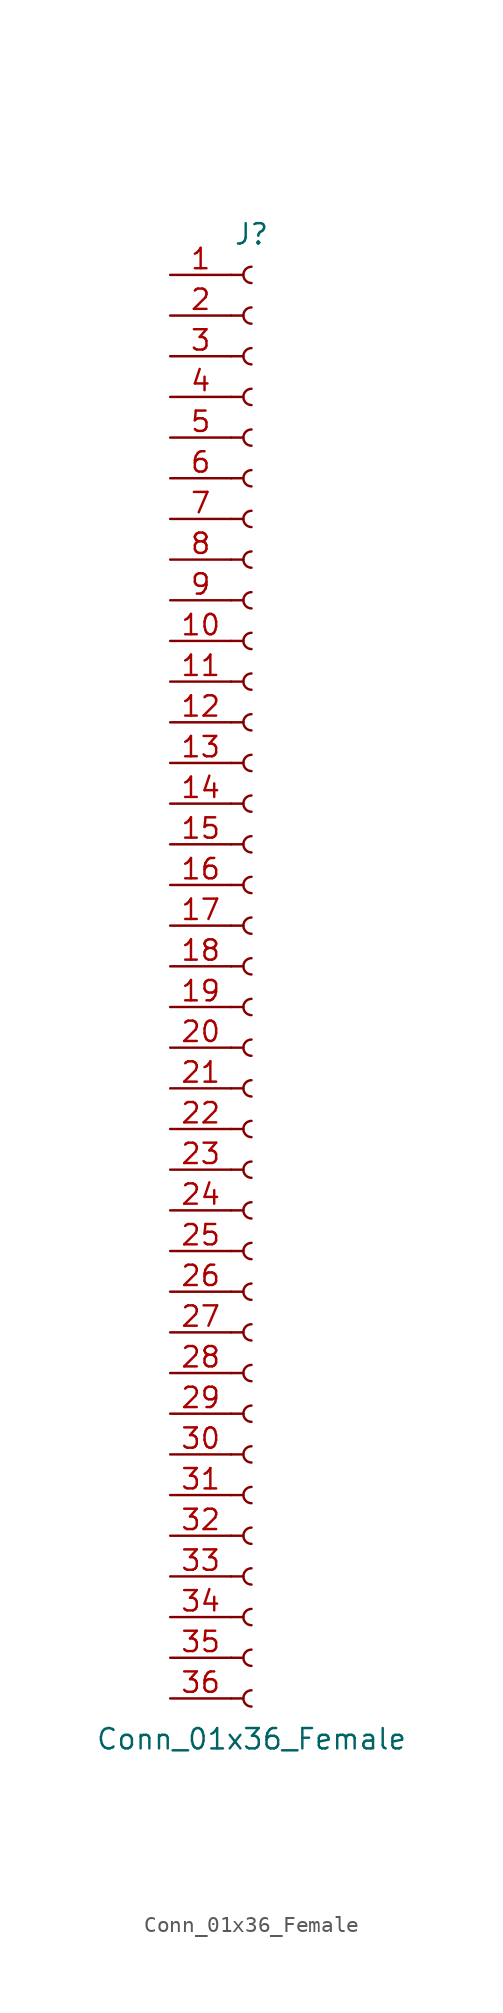
<source format=kicad_sym>
(kicad_symbol_lib
  (version 20201005)
  (generator kicad_symbol_editor)
  (symbol "Connector:Conn_01x36_Female"
    (pin_names
      (offset 1.016) hide)
    (property "Reference" "J"
      (at 0 45.72 0)
      (effects (font (size 1.27 1.27))))
    (property "Value" "Conn_01x36_Female"
      (at 0 -48.26 0)
      (effects (font (size 1.27 1.27))))
    (symbol "Conn_01x36_Female_1_1"
      (arc (start 0 -45.212) (end 0 -46.228) (radius (at 0 -45.72) (length 0.508) (angles 90.1 -90.1)) (stroke (width 0.1524)) (fill (type none)))
      (arc (start 0 -42.672) (end 0 -43.688) (radius (at 0 -43.18) (length 0.508) (angles 90.1 -90.1)) (stroke (width 0.1524)) (fill (type none)))
      (arc (start 0 -40.132) (end 0 -41.148) (radius (at 0 -40.64) (length 0.508) (angles 90.1 -90.1)) (stroke (width 0.1524)) (fill (type none)))
      (arc (start 0 -37.592) (end 0 -38.608) (radius (at 0 -38.1) (length 0.508) (angles 90.1 -90.1)) (stroke (width 0.1524)) (fill (type none)))
      (arc (start 0 -35.052) (end 0 -36.068) (radius (at 0 -35.56) (length 0.508) (angles 90.1 -90.1)) (stroke (width 0.1524)) (fill (type none)))
      (arc (start 0 -32.512) (end 0 -33.528) (radius (at 0 -33.02) (length 0.508) (angles 90.1 -90.1)) (stroke (width 0.1524)) (fill (type none)))
      (arc (start 0 -29.972) (end 0 -30.988) (radius (at 0 -30.48) (length 0.508) (angles 90.1 -90.1)) (stroke (width 0.1524)) (fill (type none)))
      (arc (start 0 -27.432) (end 0 -28.448) (radius (at 0 -27.94) (length 0.508) (angles 90.1 -90.1)) (stroke (width 0.1524)) (fill (type none)))
      (arc (start 0 -24.892) (end 0 -25.908) (radius (at 0 -25.4) (length 0.508) (angles 90.1 -90.1)) (stroke (width 0.1524)) (fill (type none)))
      (arc (start 0 -22.352) (end 0 -23.368) (radius (at 0 -22.86) (length 0.508) (angles 90.1 -90.1)) (stroke (width 0.1524)) (fill (type none)))
      (arc (start 0 -19.812) (end 0 -20.828) (radius (at 0 -20.32) (length 0.508) (angles 90.1 -90.1)) (stroke (width 0.1524)) (fill (type none)))
      (arc (start 0 -17.272) (end 0 -18.288) (radius (at 0 -17.78) (length 0.508) (angles 90.1 -90.1)) (stroke (width 0.1524)) (fill (type none)))
      (arc (start 0 -14.732) (end 0 -15.748) (radius (at 0 -15.24) (length 0.508) (angles 90.1 -90.1)) (stroke (width 0.1524)) (fill (type none)))
      (arc (start 0 -12.192) (end 0 -13.208) (radius (at 0 -12.7) (length 0.508) (angles 90.1 -90.1)) (stroke (width 0.1524)) (fill (type none)))
      (arc (start 0 -9.652) (end 0 -10.668) (radius (at 0 -10.16) (length 0.508) (angles 90.1 -90.1)) (stroke (width 0.1524)) (fill (type none)))
      (arc (start 0 -7.112) (end 0 -8.128) (radius (at 0 -7.62) (length 0.508) (angles 90.1 -90.1)) (stroke (width 0.1524)) (fill (type none)))
      (arc (start 0 -4.572) (end 0 -5.588) (radius (at 0 -5.08) (length 0.508) (angles 90.1 -90.1)) (stroke (width 0.1524)) (fill (type none)))
      (arc (start 0 -2.032) (end 0 -3.048) (radius (at 0 -2.54) (length 0.508) (angles 90.1 -90.1)) (stroke (width 0.1524)) (fill (type none)))
      (arc (start 0 0.508) (end 0 -0.508) (radius (at 0 0) (length 0.508) (angles 90.1 -90.1)) (stroke (width 0.1524)) (fill (type none)))
      (arc (start 0 3.048) (end 0 2.032) (radius (at 0 2.54) (length 0.508) (angles 90.1 -90.1)) (stroke (width 0.1524)) (fill (type none)))
      (arc (start 0 5.588) (end 0 4.572) (radius (at 0 5.08) (length 0.508) (angles 90.1 -90.1)) (stroke (width 0.1524)) (fill (type none)))
      (arc (start 0 8.128) (end 0 7.112) (radius (at 0 7.62) (length 0.508) (angles 90.1 -90.1)) (stroke (width 0.1524)) (fill (type none)))
      (arc (start 0 10.668) (end 0 9.652) (radius (at 0 10.16) (length 0.508) (angles 90.1 -90.1)) (stroke (width 0.1524)) (fill (type none)))
      (arc (start 0 13.208) (end 0 12.192) (radius (at 0 12.7) (length 0.508) (angles 90.1 -90.1)) (stroke (width 0.1524)) (fill (type none)))
      (arc (start 0 15.748) (end 0 14.732) (radius (at 0 15.24) (length 0.508) (angles 90.1 -90.1)) (stroke (width 0.1524)) (fill (type none)))
      (arc (start 0 18.288) (end 0 17.272) (radius (at 0 17.78) (length 0.508) (angles 90.1 -90.1)) (stroke (width 0.1524)) (fill (type none)))
      (arc (start 0 20.828) (end 0 19.812) (radius (at 0 20.32) (length 0.508) (angles 90.1 -90.1)) (stroke (width 0.1524)) (fill (type none)))
      (arc (start 0 23.368) (end 0 22.352) (radius (at 0 22.86) (length 0.508) (angles 90.1 -90.1)) (stroke (width 0.1524)) (fill (type none)))
      (arc (start 0 25.908) (end 0 24.892) (radius (at 0 25.4) (length 0.508) (angles 90.1 -90.1)) (stroke (width 0.1524)) (fill (type none)))
      (arc (start 0 28.448) (end 0 27.432) (radius (at 0 27.94) (length 0.508) (angles 90.1 -90.1)) (stroke (width 0.1524)) (fill (type none)))
      (arc (start 0 30.988) (end 0 29.972) (radius (at 0 30.48) (length 0.508) (angles 90.1 -90.1)) (stroke (width 0.1524)) (fill (type none)))
      (arc (start 0 33.528) (end 0 32.512) (radius (at 0 33.02) (length 0.508) (angles 90.1 -90.1)) (stroke (width 0.1524)) (fill (type none)))
      (arc (start 0 36.068) (end 0 35.052) (radius (at 0 35.56) (length 0.508) (angles 90.1 -90.1)) (stroke (width 0.1524)) (fill (type none)))
      (arc (start 0 38.608) (end 0 37.592) (radius (at 0 38.1) (length 0.508) (angles 90.1 -90.1)) (stroke (width 0.1524)) (fill (type none)))
      (arc (start 0 41.148) (end 0 40.132) (radius (at 0 40.64) (length 0.508) (angles 90.1 -90.1)) (stroke (width 0.1524)) (fill (type none)))
      (arc (start 0 43.688) (end 0 42.672) (radius (at 0 43.18) (length 0.508) (angles 90.1 -90.1)) (stroke (width 0.1524)) (fill (type none)))
      (polyline (pts (xy -1.27 -45.72) (xy -0.508 -45.72)) (stroke (width 0.152)) (fill (type none)))
      (polyline (pts (xy -1.27 -43.18) (xy -0.508 -43.18)) (stroke (width 0.152)) (fill (type none)))
      (polyline (pts (xy -1.27 -40.64) (xy -0.508 -40.64)) (stroke (width 0.152)) (fill (type none)))
      (polyline (pts (xy -1.27 -38.1) (xy -0.508 -38.1)) (stroke (width 0.152)) (fill (type none)))
      (polyline (pts (xy -1.27 -35.56) (xy -0.508 -35.56)) (stroke (width 0.152)) (fill (type none)))
      (polyline (pts (xy -1.27 -33.02) (xy -0.508 -33.02)) (stroke (width 0.152)) (fill (type none)))
      (polyline (pts (xy -1.27 -30.48) (xy -0.508 -30.48)) (stroke (width 0.152)) (fill (type none)))
      (polyline (pts (xy -1.27 -27.94) (xy -0.508 -27.94)) (stroke (width 0.152)) (fill (type none)))
      (polyline (pts (xy -1.27 -25.4) (xy -0.508 -25.4)) (stroke (width 0.152)) (fill (type none)))
      (polyline (pts (xy -1.27 -22.86) (xy -0.508 -22.86)) (stroke (width 0.152)) (fill (type none)))
      (polyline (pts (xy -1.27 -20.32) (xy -0.508 -20.32)) (stroke (width 0.152)) (fill (type none)))
      (polyline (pts (xy -1.27 -17.78) (xy -0.508 -17.78)) (stroke (width 0.152)) (fill (type none)))
      (polyline (pts (xy -1.27 -15.24) (xy -0.508 -15.24)) (stroke (width 0.152)) (fill (type none)))
      (polyline (pts (xy -1.27 -12.7) (xy -0.508 -12.7)) (stroke (width 0.152)) (fill (type none)))
      (polyline (pts (xy -1.27 -10.16) (xy -0.508 -10.16)) (stroke (width 0.152)) (fill (type none)))
      (polyline (pts (xy -1.27 -7.62) (xy -0.508 -7.62)) (stroke (width 0.152)) (fill (type none)))
      (polyline (pts (xy -1.27 -5.08) (xy -0.508 -5.08)) (stroke (width 0.152)) (fill (type none)))
      (polyline (pts (xy -1.27 -2.54) (xy -0.508 -2.54)) (stroke (width 0.152)) (fill (type none)))
      (polyline (pts (xy -1.27 0) (xy -0.508 0)) (stroke (width 0.152)) (fill (type none)))
      (polyline (pts (xy -1.27 2.54) (xy -0.508 2.54)) (stroke (width 0.152)) (fill (type none)))
      (polyline (pts (xy -1.27 5.08) (xy -0.508 5.08)) (stroke (width 0.152)) (fill (type none)))
      (polyline (pts (xy -1.27 7.62) (xy -0.508 7.62)) (stroke (width 0.152)) (fill (type none)))
      (polyline (pts (xy -1.27 10.16) (xy -0.508 10.16)) (stroke (width 0.152)) (fill (type none)))
      (polyline (pts (xy -1.27 12.7) (xy -0.508 12.7)) (stroke (width 0.152)) (fill (type none)))
      (polyline (pts (xy -1.27 15.24) (xy -0.508 15.24)) (stroke (width 0.152)) (fill (type none)))
      (polyline (pts (xy -1.27 17.78) (xy -0.508 17.78)) (stroke (width 0.152)) (fill (type none)))
      (polyline (pts (xy -1.27 20.32) (xy -0.508 20.32)) (stroke (width 0.152)) (fill (type none)))
      (polyline (pts (xy -1.27 22.86) (xy -0.508 22.86)) (stroke (width 0.152)) (fill (type none)))
      (polyline (pts (xy -1.27 25.4) (xy -0.508 25.4)) (stroke (width 0.152)) (fill (type none)))
      (polyline (pts (xy -1.27 27.94) (xy -0.508 27.94)) (stroke (width 0.152)) (fill (type none)))
      (polyline (pts (xy -1.27 30.48) (xy -0.508 30.48)) (stroke (width 0.152)) (fill (type none)))
      (polyline (pts (xy -1.27 33.02) (xy -0.508 33.02)) (stroke (width 0.152)) (fill (type none)))
      (polyline (pts (xy -1.27 35.56) (xy -0.508 35.56)) (stroke (width 0.152)) (fill (type none)))
      (polyline (pts (xy -1.27 38.1) (xy -0.508 38.1)) (stroke (width 0.152)) (fill (type none)))
      (polyline (pts (xy -1.27 40.64) (xy -0.508 40.64)) (stroke (width 0.152)) (fill (type none)))
      (polyline (pts (xy -1.27 43.18) (xy -0.508 43.18)) (stroke (width 0.152)) (fill (type none)))
      (pin passive line (at -5.08 43.18 0) (length 3.81) (name "Pin_1" (effects (font (size 1.27 1.27)))) (number "1" (effects (font (size 1.27 1.27)))))
      (pin passive line (at -5.08 20.32 0) (length 3.81) (name "Pin_10" (effects (font (size 1.27 1.27)))) (number "10" (effects (font (size 1.27 1.27)))))
      (pin passive line (at -5.08 17.78 0) (length 3.81) (name "Pin_11" (effects (font (size 1.27 1.27)))) (number "11" (effects (font (size 1.27 1.27)))))
      (pin passive line (at -5.08 15.24 0) (length 3.81) (name "Pin_12" (effects (font (size 1.27 1.27)))) (number "12" (effects (font (size 1.27 1.27)))))
      (pin passive line (at -5.08 12.7 0) (length 3.81) (name "Pin_13" (effects (font (size 1.27 1.27)))) (number "13" (effects (font (size 1.27 1.27)))))
      (pin passive line (at -5.08 10.16 0) (length 3.81) (name "Pin_14" (effects (font (size 1.27 1.27)))) (number "14" (effects (font (size 1.27 1.27)))))
      (pin passive line (at -5.08 7.62 0) (length 3.81) (name "Pin_15" (effects (font (size 1.27 1.27)))) (number "15" (effects (font (size 1.27 1.27)))))
      (pin passive line (at -5.08 5.08 0) (length 3.81) (name "Pin_16" (effects (font (size 1.27 1.27)))) (number "16" (effects (font (size 1.27 1.27)))))
      (pin passive line (at -5.08 2.54 0) (length 3.81) (name "Pin_17" (effects (font (size 1.27 1.27)))) (number "17" (effects (font (size 1.27 1.27)))))
      (pin passive line (at -5.08 0 0) (length 3.81) (name "Pin_18" (effects (font (size 1.27 1.27)))) (number "18" (effects (font (size 1.27 1.27)))))
      (pin passive line (at -5.08 -2.54 0) (length 3.81) (name "Pin_19" (effects (font (size 1.27 1.27)))) (number "19" (effects (font (size 1.27 1.27)))))
      (pin passive line (at -5.08 40.64 0) (length 3.81) (name "Pin_2" (effects (font (size 1.27 1.27)))) (number "2" (effects (font (size 1.27 1.27)))))
      (pin passive line (at -5.08 -5.08 0) (length 3.81) (name "Pin_20" (effects (font (size 1.27 1.27)))) (number "20" (effects (font (size 1.27 1.27)))))
      (pin passive line (at -5.08 -7.62 0) (length 3.81) (name "Pin_21" (effects (font (size 1.27 1.27)))) (number "21" (effects (font (size 1.27 1.27)))))
      (pin passive line (at -5.08 -10.16 0) (length 3.81) (name "Pin_22" (effects (font (size 1.27 1.27)))) (number "22" (effects (font (size 1.27 1.27)))))
      (pin passive line (at -5.08 -12.7 0) (length 3.81) (name "Pin_23" (effects (font (size 1.27 1.27)))) (number "23" (effects (font (size 1.27 1.27)))))
      (pin passive line (at -5.08 -15.24 0) (length 3.81) (name "Pin_24" (effects (font (size 1.27 1.27)))) (number "24" (effects (font (size 1.27 1.27)))))
      (pin passive line (at -5.08 -17.78 0) (length 3.81) (name "Pin_25" (effects (font (size 1.27 1.27)))) (number "25" (effects (font (size 1.27 1.27)))))
      (pin passive line (at -5.08 -20.32 0) (length 3.81) (name "Pin_26" (effects (font (size 1.27 1.27)))) (number "26" (effects (font (size 1.27 1.27)))))
      (pin passive line (at -5.08 -22.86 0) (length 3.81) (name "Pin_27" (effects (font (size 1.27 1.27)))) (number "27" (effects (font (size 1.27 1.27)))))
      (pin passive line (at -5.08 -25.4 0) (length 3.81) (name "Pin_28" (effects (font (size 1.27 1.27)))) (number "28" (effects (font (size 1.27 1.27)))))
      (pin passive line (at -5.08 -27.94 0) (length 3.81) (name "Pin_29" (effects (font (size 1.27 1.27)))) (number "29" (effects (font (size 1.27 1.27)))))
      (pin passive line (at -5.08 38.1 0) (length 3.81) (name "Pin_3" (effects (font (size 1.27 1.27)))) (number "3" (effects (font (size 1.27 1.27)))))
      (pin passive line (at -5.08 -30.48 0) (length 3.81) (name "Pin_30" (effects (font (size 1.27 1.27)))) (number "30" (effects (font (size 1.27 1.27)))))
      (pin passive line (at -5.08 -33.02 0) (length 3.81) (name "Pin_31" (effects (font (size 1.27 1.27)))) (number "31" (effects (font (size 1.27 1.27)))))
      (pin passive line (at -5.08 -35.56 0) (length 3.81) (name "Pin_32" (effects (font (size 1.27 1.27)))) (number "32" (effects (font (size 1.27 1.27)))))
      (pin passive line (at -5.08 -38.1 0) (length 3.81) (name "Pin_33" (effects (font (size 1.27 1.27)))) (number "33" (effects (font (size 1.27 1.27)))))
      (pin passive line (at -5.08 -40.64 0) (length 3.81) (name "Pin_34" (effects (font (size 1.27 1.27)))) (number "34" (effects (font (size 1.27 1.27)))))
      (pin passive line (at -5.08 -43.18 0) (length 3.81) (name "Pin_35" (effects (font (size 1.27 1.27)))) (number "35" (effects (font (size 1.27 1.27)))))
      (pin passive line (at -5.08 -45.72 0) (length 3.81) (name "Pin_36" (effects (font (size 1.27 1.27)))) (number "36" (effects (font (size 1.27 1.27)))))
      (pin passive line (at -5.08 35.56 0) (length 3.81) (name "Pin_4" (effects (font (size 1.27 1.27)))) (number "4" (effects (font (size 1.27 1.27)))))
      (pin passive line (at -5.08 33.02 0) (length 3.81) (name "Pin_5" (effects (font (size 1.27 1.27)))) (number "5" (effects (font (size 1.27 1.27)))))
      (pin passive line (at -5.08 30.48 0) (length 3.81) (name "Pin_6" (effects (font (size 1.27 1.27)))) (number "6" (effects (font (size 1.27 1.27)))))
      (pin passive line (at -5.08 27.94 0) (length 3.81) (name "Pin_7" (effects (font (size 1.27 1.27)))) (number "7" (effects (font (size 1.27 1.27)))))
      (pin passive line (at -5.08 25.4 0) (length 3.81) (name "Pin_8" (effects (font (size 1.27 1.27)))) (number "8" (effects (font (size 1.27 1.27)))))
      (pin passive line (at -5.08 22.86 0) (length 3.81) (name "Pin_9" (effects (font (size 1.27 1.27)))) (number "9" (effects (font (size 1.27 1.27))))))))
</source>
